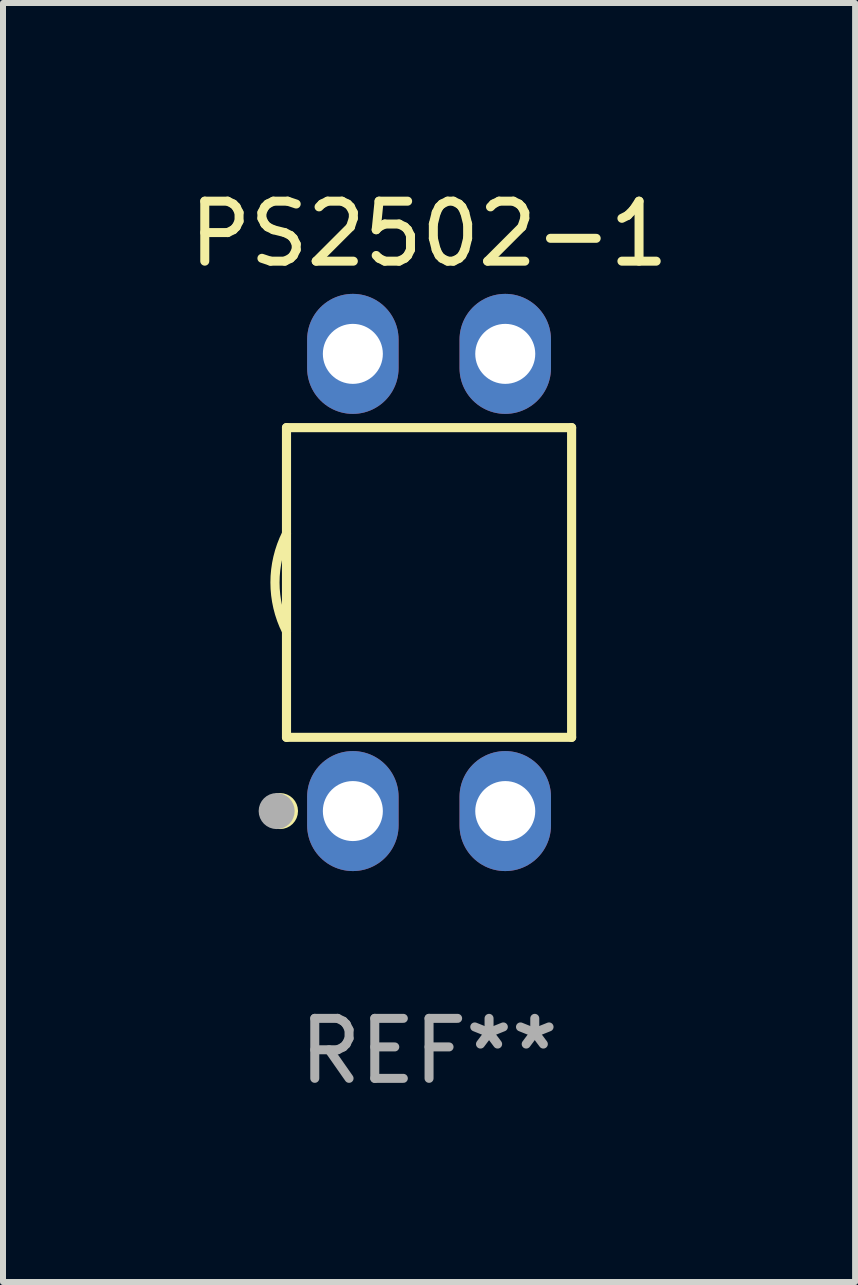
<source format=kicad_pcb>
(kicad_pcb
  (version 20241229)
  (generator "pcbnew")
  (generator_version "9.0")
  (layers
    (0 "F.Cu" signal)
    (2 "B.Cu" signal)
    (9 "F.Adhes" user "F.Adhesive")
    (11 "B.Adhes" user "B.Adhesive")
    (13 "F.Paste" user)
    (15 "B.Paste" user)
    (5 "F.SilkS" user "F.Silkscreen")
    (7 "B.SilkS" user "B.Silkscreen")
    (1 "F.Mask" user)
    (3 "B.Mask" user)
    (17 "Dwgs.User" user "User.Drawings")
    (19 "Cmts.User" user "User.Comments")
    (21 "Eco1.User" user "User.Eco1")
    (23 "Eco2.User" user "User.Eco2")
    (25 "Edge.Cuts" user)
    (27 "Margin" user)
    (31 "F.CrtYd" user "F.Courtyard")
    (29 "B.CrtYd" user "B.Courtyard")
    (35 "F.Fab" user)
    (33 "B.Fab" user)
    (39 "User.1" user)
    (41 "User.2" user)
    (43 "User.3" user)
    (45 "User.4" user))
  (footprint "PS2502-1"
    (layer "F.Cu")
    (at 4.101 6.658)
    (property "Reference" "PS2502-1" (at 0 -5.81 0) (layer "F.SilkS") (effects (font (size 1 1) (thickness 0.15))))
    (attr through_hole)
    (fp_line (start -2.376 -2.581) (end 2.376 -2.581) (stroke (width 0.152) (type solid)) (layer "F.SilkS"))
    (fp_line (start -2.376 2.581) (end -2.376 -2.581) (stroke (width 0.152) (type solid)) (layer "F.SilkS"))
    (fp_line (start 2.376 -2.581) (end 2.376 2.581) (stroke (width 0.152) (type solid)) (layer "F.SilkS"))
    (fp_line (start 2.376 2.581) (end -2.376 2.581) (stroke (width 0.152) (type solid)) (layer "F.SilkS"))
    (fp_arc (start -2.3762 0.812496) (mid -2.568004 0) (end -2.3762 -0.812497) (stroke (width 0.1524) (type solid)) (layer "F.SilkS"))
    (fp_circle (center -2.484 3.81) (end -2.334 3.81) (stroke (width 0.3) (type solid)) (fill no) (layer "F.SilkS"))
    (fp_circle (center -2.3 3.935) (end -2.27 3.935) (stroke (width 0.06) (type solid)) (fill no) (layer "F.SilkS"))
    (fp_circle (center -2.54 3.81) (end -2.39 3.81) (stroke (width 0.3) (type solid)) (fill no) (layer "F.Fab"))
    (fp_text user "REF**" (at 0 7.81 0) (layer "F.Fab") (effects (font (size 1 1) (thickness 0.15))))
    (pad "1" thru_hole oval (at -1.27 3.81) (size 1.524 2) (drill 1) (layers "*.Cu" "*.Mask"))
    (pad "2" thru_hole oval (at 1.27 3.81) (size 1.524 2) (drill 1) (layers "*.Cu" "*.Mask"))
    (pad "3" thru_hole oval (at 1.27 -3.81) (size 1.524 2) (drill 1) (layers "*.Cu" "*.Mask"))
    (pad "4" thru_hole oval (at -1.27 -3.81) (size 1.524 2) (drill 1) (layers "*.Cu" "*.Mask")))
  (gr_rect
    (start -3 -3)
    (end 11.202 18.317)
    (stroke (width 0.1) (type default))
    (fill no)
    (layer "Edge.Cuts")))
</source>
